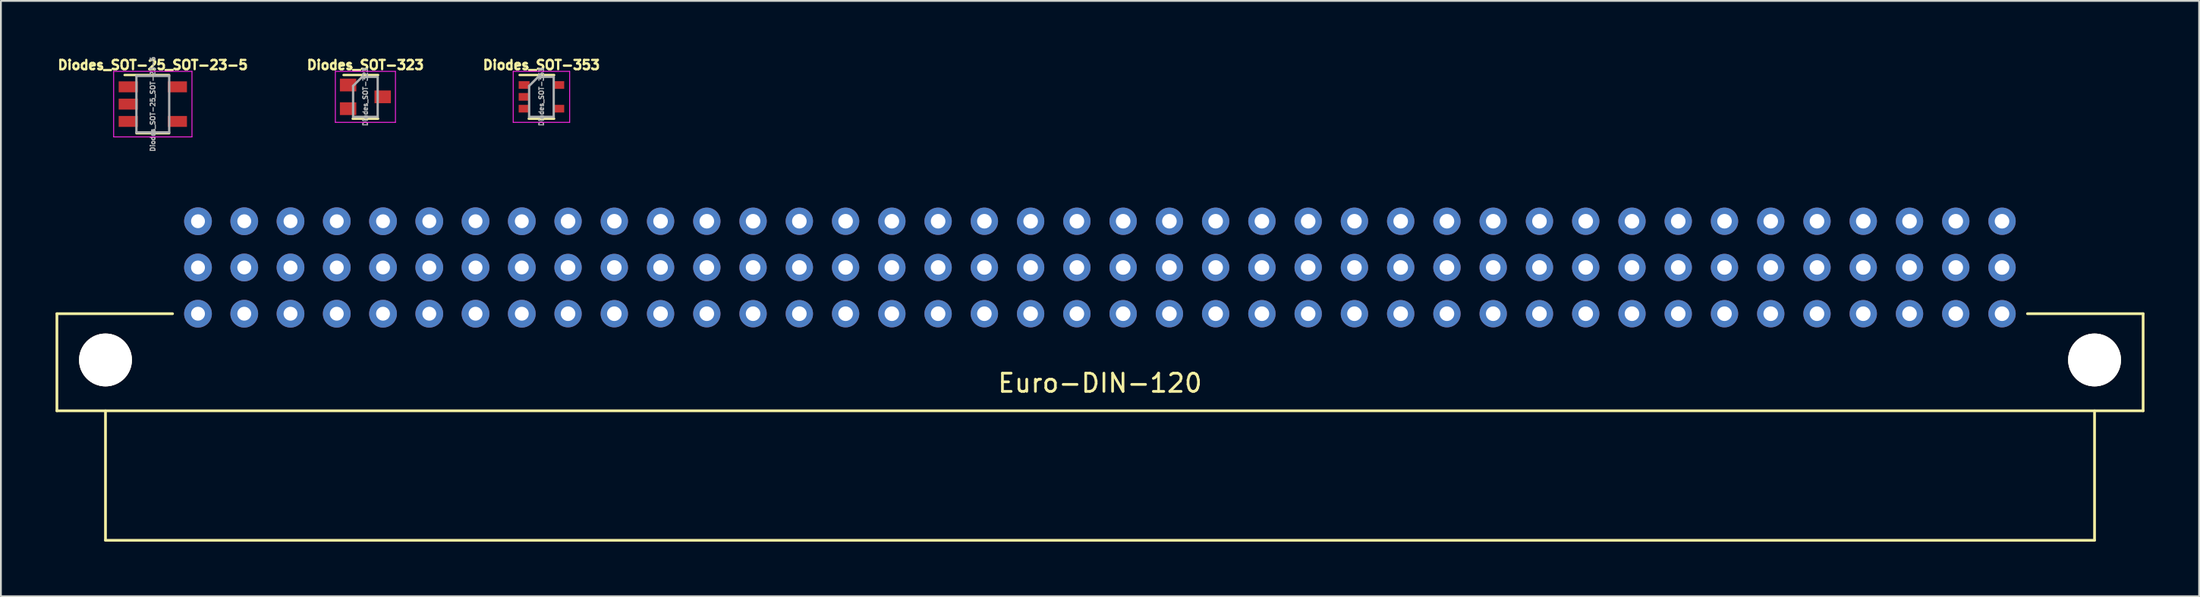
<source format=kicad_pcb>
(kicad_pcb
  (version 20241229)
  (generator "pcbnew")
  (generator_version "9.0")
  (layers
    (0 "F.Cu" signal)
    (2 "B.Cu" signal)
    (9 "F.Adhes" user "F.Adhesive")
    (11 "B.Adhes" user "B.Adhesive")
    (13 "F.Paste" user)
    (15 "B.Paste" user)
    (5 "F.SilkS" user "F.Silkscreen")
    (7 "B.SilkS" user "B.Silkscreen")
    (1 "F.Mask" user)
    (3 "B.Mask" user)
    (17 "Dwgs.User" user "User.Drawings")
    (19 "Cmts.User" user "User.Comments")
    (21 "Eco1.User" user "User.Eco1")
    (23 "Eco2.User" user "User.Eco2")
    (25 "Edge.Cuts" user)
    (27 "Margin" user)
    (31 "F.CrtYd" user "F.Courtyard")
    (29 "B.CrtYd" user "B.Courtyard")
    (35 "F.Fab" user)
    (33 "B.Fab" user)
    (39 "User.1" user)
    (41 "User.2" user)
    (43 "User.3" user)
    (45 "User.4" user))
  (footprint "Diodes_SOT-323"
    (layer "F.Cu")
    (at 17.014 2.27)
    (property "Reference" "Diodes_SOT-323" (at 0 -1.75 0) (layer "F.SilkS") (effects (font (size 0.508 0.508) (thickness 0.127))))
    (attr smd)
    (fp_line (start -0.7 1.2) (end 0.7 1.2) (stroke (width 0.127) (type solid)) (layer "F.SilkS"))
    (fp_line (start 0.7 -1.2) (end -1.2 -1.2) (stroke (width 0.127) (type solid)) (layer "F.SilkS"))
    (fp_line (start -1.65 -1.4) (end -1.65 1.4) (stroke (width 0.05) (type solid)) (layer "F.CrtYd"))
    (fp_line (start -1.65 -1.4) (end 1.65 -1.4) (stroke (width 0.05) (type solid)) (layer "F.CrtYd"))
    (fp_line (start -1.65 1.4) (end 1.65 1.4) (stroke (width 0.05) (type solid)) (layer "F.CrtYd"))
    (fp_line (start 1.65 1.4) (end 1.65 -1.4) (stroke (width 0.05) (type solid)) (layer "F.CrtYd"))
    (fp_line (start -0.675 -0.6) (end -0.675 1.1) (stroke (width 0.127) (type solid)) (layer "F.Fab"))
    (fp_line (start -0.175 -1.1) (end -0.675 -0.6) (stroke (width 0.127) (type solid)) (layer "F.Fab"))
    (fp_line (start 0.675 -1.1) (end -0.175 -1.1) (stroke (width 0.127) (type solid)) (layer "F.Fab"))
    (fp_line (start 0.675 -1.1) (end 0.675 1.1) (stroke (width 0.127) (type solid)) (layer "F.Fab"))
    (fp_line (start 0.675 1.1) (end -0.675 1.1) (stroke (width 0.127) (type solid)) (layer "F.Fab"))
    (fp_text user "${REFERENCE}" (at 0 0 90) (layer "F.Fab") (effects (font (size 0.254 0.254) (thickness 0.064))))
    (pad "1" smd rect (at -0.95 -0.65) (size 0.9 0.7) (layers "F.Cu" "F.Mask" "F.Paste"))
    (pad "2" smd rect (at -0.95 0.65) (size 0.9 0.7) (layers "F.Cu" "F.Mask" "F.Paste"))
    (pad "3" smd rect (at 0.95 0) (size 0.9 0.7) (layers "F.Cu" "F.Mask" "F.Paste")))
  (footprint "Diodes_SOT-353"
    (layer "F.Cu")
    (at 26.68 2.27)
    (property "Reference" "Diodes_SOT-353" (at 0 -1.75 0) (layer "F.SilkS") (effects (font (size 0.508 0.508) (thickness 0.127))))
    (attr smd)
    (fp_line (start -0.7 1.2) (end 0.7 1.2) (stroke (width 0.127) (type solid)) (layer "F.SilkS"))
    (fp_line (start 0.7 -1.2) (end -1.2 -1.2) (stroke (width 0.127) (type solid)) (layer "F.SilkS"))
    (fp_line (start -1.55 -1.4) (end -1.55 1.4) (stroke (width 0.05) (type solid)) (layer "F.CrtYd"))
    (fp_line (start -1.55 -1.4) (end 1.55 -1.4) (stroke (width 0.05) (type solid)) (layer "F.CrtYd"))
    (fp_line (start -1.55 1.4) (end 1.55 1.4) (stroke (width 0.05) (type solid)) (layer "F.CrtYd"))
    (fp_line (start 1.55 1.4) (end 1.55 -1.4) (stroke (width 0.05) (type solid)) (layer "F.CrtYd"))
    (fp_line (start -0.675 -0.6) (end -0.675 1.1) (stroke (width 0.127) (type solid)) (layer "F.Fab"))
    (fp_line (start -0.175 -1.1) (end -0.675 -0.6) (stroke (width 0.127) (type solid)) (layer "F.Fab"))
    (fp_line (start 0.675 -1.1) (end -0.175 -1.1) (stroke (width 0.127) (type solid)) (layer "F.Fab"))
    (fp_line (start 0.675 -1.1) (end 0.675 1.1) (stroke (width 0.127) (type solid)) (layer "F.Fab"))
    (fp_line (start 0.675 1.1) (end -0.675 1.1) (stroke (width 0.127) (type solid)) (layer "F.Fab"))
    (fp_text user "${REFERENCE}" (at 0 0 90) (layer "F.Fab") (effects (font (size 0.254 0.254) (thickness 0.064))))
    (pad "1" smd rect (at -0.95 -0.65) (size 0.6 0.42) (layers "F.Cu" "F.Mask" "F.Paste"))
    (pad "2" smd rect (at -0.95 0) (size 0.6 0.42) (layers "F.Cu" "F.Mask" "F.Paste"))
    (pad "3" smd rect (at -0.95 0.65) (size 0.6 0.42) (layers "F.Cu" "F.Mask" "F.Paste"))
    (pad "4" smd rect (at 0.95 0.65) (size 0.6 0.42) (layers "F.Cu" "F.Mask" "F.Paste"))
    (pad "5" smd rect (at 0.95 -0.65) (size 0.6 0.42) (layers "F.Cu" "F.Mask" "F.Paste")))
  (footprint "Euro-DIN-120"
    (layer "F.Cu")
    (at 57.352 11.643)
    (property "Reference" "Euro-DIN-120" (at 0 6.35 0) (layer "F.SilkS") (effects (font (size 1 1) (thickness 0.15))))
    (attr through_hole)
    (fp_line (start -57.277 2.54) (end -50.927 2.54) (stroke (width 0.15) (type solid)) (layer "F.SilkS"))
    (fp_line (start -57.277 7.874) (end -57.277 2.54) (stroke (width 0.15) (type solid)) (layer "F.SilkS"))
    (fp_line (start -54.61 14.986) (end -54.61 7.874) (stroke (width 0.15) (type solid)) (layer "F.SilkS"))
    (fp_line (start 54.61 7.874) (end 54.61 14.986) (stroke (width 0.15) (type solid)) (layer "F.SilkS"))
    (fp_line (start 54.61 14.986) (end -54.61 14.986) (stroke (width 0.15) (type solid)) (layer "F.SilkS"))
    (fp_line (start 57.277 2.54) (end 50.927 2.54) (stroke (width 0.15) (type solid)) (layer "F.SilkS"))
    (fp_line (start 57.277 2.54) (end 57.277 7.874) (stroke (width 0.15) (type solid)) (layer "F.SilkS"))
    (fp_line (start 57.277 7.874) (end -57.277 7.874) (stroke (width 0.15) (type solid)) (layer "F.SilkS"))
    (pad "1" thru_hole circle (at -54.61 5.08) (size 2.901 2.901) (drill 2.901) (layers "*.Cu" "*.Mask" "F.SilkS"))
    (pad "1" thru_hole circle (at 54.61 5.08) (size 2.901 2.901) (drill 2.901) (layers "*.Cu" "*.Mask" "F.SilkS"))
    (pad "1a" thru_hole circle (at 49.53 -2.54 180) (size 1.501 1.501) (drill 0.8) (layers "*.Cu" "*.Mask"))
    (pad "1b" thru_hole circle (at 49.53 0 180) (size 1.501 1.501) (drill 0.8) (layers "*.Cu" "*.Mask"))
    (pad "1c" thru_hole circle (at 49.53 2.54 180) (size 1.501 1.501) (drill 0.8) (layers "*.Cu" "*.Mask"))
    (pad "2a" thru_hole circle (at 46.99 -2.54 180) (size 1.501 1.501) (drill 0.8) (layers "*.Cu" "*.Mask"))
    (pad "2b" thru_hole circle (at 46.99 0 180) (size 1.501 1.501) (drill 0.8) (layers "*.Cu" "*.Mask"))
    (pad "2c" thru_hole circle (at 46.99 2.54 180) (size 1.501 1.501) (drill 0.8) (layers "*.Cu" "*.Mask"))
    (pad "3a" thru_hole circle (at 44.45 -2.54 180) (size 1.501 1.501) (drill 0.8) (layers "*.Cu" "*.Mask"))
    (pad "3b" thru_hole circle (at 44.45 0 180) (size 1.501 1.501) (drill 0.8) (layers "*.Cu" "*.Mask"))
    (pad "3c" thru_hole circle (at 44.45 2.54 180) (size 1.501 1.501) (drill 0.8) (layers "*.Cu" "*.Mask"))
    (pad "4a" thru_hole circle (at 41.91 -2.54 180) (size 1.501 1.501) (drill 0.8) (layers "*.Cu" "*.Mask"))
    (pad "4b" thru_hole circle (at 41.91 0 180) (size 1.501 1.501) (drill 0.8) (layers "*.Cu" "*.Mask"))
    (pad "4c" thru_hole circle (at 41.91 2.54 180) (size 1.501 1.501) (drill 0.8) (layers "*.Cu" "*.Mask"))
    (pad "5a" thru_hole circle (at 39.37 -2.54 180) (size 1.501 1.501) (drill 0.8) (layers "*.Cu" "*.Mask"))
    (pad "5b" thru_hole circle (at 39.37 0 180) (size 1.501 1.501) (drill 0.8) (layers "*.Cu" "*.Mask"))
    (pad "5c" thru_hole circle (at 39.37 2.54 180) (size 1.501 1.501) (drill 0.8) (layers "*.Cu" "*.Mask"))
    (pad "6a" thru_hole circle (at 36.83 -2.54 180) (size 1.501 1.501) (drill 0.8) (layers "*.Cu" "*.Mask"))
    (pad "6b" thru_hole circle (at 36.83 0 180) (size 1.501 1.501) (drill 0.8) (layers "*.Cu" "*.Mask"))
    (pad "6c" thru_hole circle (at 36.83 2.54 180) (size 1.501 1.501) (drill 0.8) (layers "*.Cu" "*.Mask"))
    (pad "7a" thru_hole circle (at 34.29 -2.54 180) (size 1.501 1.501) (drill 0.8) (layers "*.Cu" "*.Mask"))
    (pad "7b" thru_hole circle (at 34.29 0 180) (size 1.501 1.501) (drill 0.8) (layers "*.Cu" "*.Mask"))
    (pad "7c" thru_hole circle (at 34.29 2.54 180) (size 1.501 1.501) (drill 0.8) (layers "*.Cu" "*.Mask"))
    (pad "8a" thru_hole circle (at 31.75 -2.54 180) (size 1.501 1.501) (drill 0.8) (layers "*.Cu" "*.Mask"))
    (pad "8b" thru_hole circle (at 31.75 0 180) (size 1.501 1.501) (drill 0.8) (layers "*.Cu" "*.Mask"))
    (pad "8c" thru_hole circle (at 31.75 2.54 180) (size 1.501 1.501) (drill 0.8) (layers "*.Cu" "*.Mask"))
    (pad "9a" thru_hole circle (at 29.21 -2.54 180) (size 1.501 1.501) (drill 0.8) (layers "*.Cu" "*.Mask"))
    (pad "9b" thru_hole circle (at 29.21 0 180) (size 1.501 1.501) (drill 0.8) (layers "*.Cu" "*.Mask"))
    (pad "9c" thru_hole circle (at 29.21 2.54 180) (size 1.501 1.501) (drill 0.8) (layers "*.Cu" "*.Mask"))
    (pad "10a" thru_hole circle (at 26.67 -2.54 180) (size 1.501 1.501) (drill 0.8) (layers "*.Cu" "*.Mask"))
    (pad "10b" thru_hole circle (at 26.67 0 180) (size 1.501 1.501) (drill 0.8) (layers "*.Cu" "*.Mask"))
    (pad "10c" thru_hole circle (at 26.67 2.54 180) (size 1.501 1.501) (drill 0.8) (layers "*.Cu" "*.Mask"))
    (pad "11a" thru_hole circle (at 24.13 -2.54 180) (size 1.501 1.501) (drill 0.8) (layers "*.Cu" "*.Mask"))
    (pad "11b" thru_hole circle (at 24.13 0 180) (size 1.501 1.501) (drill 0.8) (layers "*.Cu" "*.Mask"))
    (pad "11c" thru_hole circle (at 24.13 2.54 180) (size 1.501 1.501) (drill 0.8) (layers "*.Cu" "*.Mask"))
    (pad "12a" thru_hole circle (at 21.59 -2.54 180) (size 1.501 1.501) (drill 0.8) (layers "*.Cu" "*.Mask"))
    (pad "12b" thru_hole circle (at 21.59 0 180) (size 1.501 1.501) (drill 0.8) (layers "*.Cu" "*.Mask"))
    (pad "12c" thru_hole circle (at 21.59 2.54 180) (size 1.501 1.501) (drill 0.8) (layers "*.Cu" "*.Mask"))
    (pad "13a" thru_hole circle (at 19.05 -2.54 180) (size 1.501 1.501) (drill 0.8) (layers "*.Cu" "*.Mask"))
    (pad "13b" thru_hole circle (at 19.05 0 180) (size 1.501 1.501) (drill 0.8) (layers "*.Cu" "*.Mask"))
    (pad "13c" thru_hole circle (at 19.05 2.54 180) (size 1.501 1.501) (drill 0.8) (layers "*.Cu" "*.Mask"))
    (pad "14a" thru_hole circle (at 16.51 -2.54 180) (size 1.501 1.501) (drill 0.8) (layers "*.Cu" "*.Mask"))
    (pad "14b" thru_hole circle (at 16.51 0 180) (size 1.501 1.501) (drill 0.8) (layers "*.Cu" "*.Mask"))
    (pad "14c" thru_hole circle (at 16.51 2.54 180) (size 1.501 1.501) (drill 0.8) (layers "*.Cu" "*.Mask"))
    (pad "15a" thru_hole circle (at 13.97 -2.54 180) (size 1.501 1.501) (drill 0.8) (layers "*.Cu" "*.Mask"))
    (pad "15b" thru_hole circle (at 13.97 0 180) (size 1.501 1.501) (drill 0.8) (layers "*.Cu" "*.Mask"))
    (pad "15c" thru_hole circle (at 13.97 2.54 180) (size 1.501 1.501) (drill 0.8) (layers "*.Cu" "*.Mask"))
    (pad "16a" thru_hole circle (at 11.43 -2.54 180) (size 1.501 1.501) (drill 0.8) (layers "*.Cu" "*.Mask"))
    (pad "16b" thru_hole circle (at 11.43 0 180) (size 1.501 1.501) (drill 0.8) (layers "*.Cu" "*.Mask"))
    (pad "16c" thru_hole circle (at 11.43 2.54 180) (size 1.501 1.501) (drill 0.8) (layers "*.Cu" "*.Mask"))
    (pad "17a" thru_hole circle (at 8.89 -2.54 180) (size 1.501 1.501) (drill 0.8) (layers "*.Cu" "*.Mask"))
    (pad "17b" thru_hole circle (at 8.89 0 180) (size 1.501 1.501) (drill 0.8) (layers "*.Cu" "*.Mask"))
    (pad "17c" thru_hole circle (at 8.89 2.54 180) (size 1.501 1.501) (drill 0.8) (layers "*.Cu" "*.Mask"))
    (pad "18a" thru_hole circle (at 6.35 -2.54 180) (size 1.501 1.501) (drill 0.8) (layers "*.Cu" "*.Mask"))
    (pad "18b" thru_hole circle (at 6.35 0 180) (size 1.501 1.501) (drill 0.8) (layers "*.Cu" "*.Mask"))
    (pad "18c" thru_hole circle (at 6.35 2.54 180) (size 1.501 1.501) (drill 0.8) (layers "*.Cu" "*.Mask"))
    (pad "19a" thru_hole circle (at 3.81 -2.54 180) (size 1.501 1.501) (drill 0.8) (layers "*.Cu" "*.Mask"))
    (pad "19b" thru_hole circle (at 3.81 0 180) (size 1.501 1.501) (drill 0.8) (layers "*.Cu" "*.Mask"))
    (pad "19c" thru_hole circle (at 3.81 2.54 180) (size 1.501 1.501) (drill 0.8) (layers "*.Cu" "*.Mask"))
    (pad "20a" thru_hole circle (at 1.27 -2.54 180) (size 1.501 1.501) (drill 0.8) (layers "*.Cu" "*.Mask"))
    (pad "20b" thru_hole circle (at 1.27 0 180) (size 1.501 1.501) (drill 0.8) (layers "*.Cu" "*.Mask"))
    (pad "20c" thru_hole circle (at 1.27 2.54 180) (size 1.501 1.501) (drill 0.8) (layers "*.Cu" "*.Mask"))
    (pad "21a" thru_hole circle (at -1.27 -2.54 180) (size 1.501 1.501) (drill 0.8) (layers "*.Cu" "*.Mask"))
    (pad "21b" thru_hole circle (at -1.27 0 180) (size 1.501 1.501) (drill 0.8) (layers "*.Cu" "*.Mask"))
    (pad "21c" thru_hole circle (at -1.27 2.54 180) (size 1.501 1.501) (drill 0.8) (layers "*.Cu" "*.Mask"))
    (pad "22a" thru_hole circle (at -3.81 -2.54 180) (size 1.501 1.501) (drill 0.8) (layers "*.Cu" "*.Mask"))
    (pad "22b" thru_hole circle (at -3.81 0 180) (size 1.501 1.501) (drill 0.8) (layers "*.Cu" "*.Mask"))
    (pad "22c" thru_hole circle (at -3.81 2.54 180) (size 1.501 1.501) (drill 0.8) (layers "*.Cu" "*.Mask"))
    (pad "23a" thru_hole circle (at -6.35 -2.54 180) (size 1.501 1.501) (drill 0.8) (layers "*.Cu" "*.Mask"))
    (pad "23b" thru_hole circle (at -6.35 0 180) (size 1.501 1.501) (drill 0.8) (layers "*.Cu" "*.Mask"))
    (pad "23c" thru_hole circle (at -6.35 2.54 180) (size 1.501 1.501) (drill 0.8) (layers "*.Cu" "*.Mask"))
    (pad "24" thru_hole circle (at -8.89 -2.54 180) (size 1.501 1.501) (drill 0.8) (layers "*.Cu" "*.Mask"))
    (pad "24b" thru_hole circle (at -8.89 0 180) (size 1.501 1.501) (drill 0.8) (layers "*.Cu" "*.Mask"))
    (pad "24c" thru_hole circle (at -8.89 2.54 180) (size 1.501 1.501) (drill 0.8) (layers "*.Cu" "*.Mask"))
    (pad "25a" thru_hole circle (at -11.43 -2.54 180) (size 1.501 1.501) (drill 0.8) (layers "*.Cu" "*.Mask"))
    (pad "25b" thru_hole circle (at -11.43 0 180) (size 1.501 1.501) (drill 0.8) (layers "*.Cu" "*.Mask"))
    (pad "25c" thru_hole circle (at -11.43 2.54 180) (size 1.501 1.501) (drill 0.8) (layers "*.Cu" "*.Mask"))
    (pad "26a" thru_hole circle (at -13.97 -2.54 180) (size 1.501 1.501) (drill 0.8) (layers "*.Cu" "*.Mask"))
    (pad "26b" thru_hole circle (at -13.97 0 180) (size 1.501 1.501) (drill 0.8) (layers "*.Cu" "*.Mask"))
    (pad "26c" thru_hole circle (at -13.97 2.54 180) (size 1.501 1.501) (drill 0.8) (layers "*.Cu" "*.Mask"))
    (pad "27a" thru_hole circle (at -16.51 -2.54 180) (size 1.501 1.501) (drill 0.8) (layers "*.Cu" "*.Mask"))
    (pad "27b" thru_hole circle (at -16.51 0 180) (size 1.501 1.501) (drill 0.8) (layers "*.Cu" "*.Mask"))
    (pad "27c" thru_hole circle (at -16.51 2.54 180) (size 1.501 1.501) (drill 0.8) (layers "*.Cu" "*.Mask"))
    (pad "28a" thru_hole circle (at -19.05 -2.54 180) (size 1.501 1.501) (drill 0.8) (layers "*.Cu" "*.Mask"))
    (pad "28b" thru_hole circle (at -19.05 0 180) (size 1.501 1.501) (drill 0.8) (layers "*.Cu" "*.Mask"))
    (pad "28c" thru_hole circle (at -19.05 2.54 180) (size 1.501 1.501) (drill 0.8) (layers "*.Cu" "*.Mask"))
    (pad "29a" thru_hole circle (at -21.59 -2.54 180) (size 1.501 1.501) (drill 0.8) (layers "*.Cu" "*.Mask"))
    (pad "29b" thru_hole circle (at -21.59 0 180) (size 1.501 1.501) (drill 0.8) (layers "*.Cu" "*.Mask"))
    (pad "29c" thru_hole circle (at -21.59 2.54 180) (size 1.501 1.501) (drill 0.8) (layers "*.Cu" "*.Mask"))
    (pad "30a" thru_hole circle (at -24.13 -2.54 180) (size 1.501 1.501) (drill 0.8) (layers "*.Cu" "*.Mask"))
    (pad "30b" thru_hole circle (at -24.13 0 180) (size 1.501 1.501) (drill 0.8) (layers "*.Cu" "*.Mask"))
    (pad "30c" thru_hole circle (at -24.13 2.54 180) (size 1.501 1.501) (drill 0.8) (layers "*.Cu" "*.Mask"))
    (pad "31a" thru_hole circle (at -26.67 -2.54 180) (size 1.501 1.501) (drill 0.8) (layers "*.Cu" "*.Mask"))
    (pad "31b" thru_hole circle (at -26.67 0 180) (size 1.501 1.501) (drill 0.8) (layers "*.Cu" "*.Mask"))
    (pad "31c" thru_hole circle (at -26.67 2.54 180) (size 1.501 1.501) (drill 0.8) (layers "*.Cu" "*.Mask"))
    (pad "32a" thru_hole circle (at -29.21 -2.54 180) (size 1.501 1.501) (drill 0.8) (layers "*.Cu" "*.Mask"))
    (pad "32b" thru_hole circle (at -29.21 0 180) (size 1.501 1.501) (drill 0.8) (layers "*.Cu" "*.Mask"))
    (pad "32c" thru_hole circle (at -29.21 2.54 180) (size 1.501 1.501) (drill 0.8) (layers "*.Cu" "*.Mask"))
    (pad "33a" thru_hole circle (at -31.75 -2.54) (size 1.524 1.524) (drill 0.762) (layers "*.Cu" "*.Mask"))
    (pad "33b" thru_hole circle (at -31.75 0) (size 1.524 1.524) (drill 0.762) (layers "*.Cu" "*.Mask"))
    (pad "33c" thru_hole circle (at -31.75 2.54) (size 1.524 1.524) (drill 0.762) (layers "*.Cu" "*.Mask"))
    (pad "34a" thru_hole circle (at -34.29 -2.54) (size 1.524 1.524) (drill 0.762) (layers "*.Cu" "*.Mask"))
    (pad "34b" thru_hole circle (at -34.29 0) (size 1.524 1.524) (drill 0.762) (layers "*.Cu" "*.Mask"))
    (pad "34c" thru_hole circle (at -34.29 2.54) (size 1.524 1.524) (drill 0.762) (layers "*.Cu" "*.Mask"))
    (pad "35a" thru_hole circle (at -36.83 -2.54) (size 1.524 1.524) (drill 0.762) (layers "*.Cu" "*.Mask"))
    (pad "35b" thru_hole circle (at -36.83 0) (size 1.524 1.524) (drill 0.762) (layers "*.Cu" "*.Mask"))
    (pad "35c" thru_hole circle (at -36.83 2.54) (size 1.524 1.524) (drill 0.762) (layers "*.Cu" "*.Mask"))
    (pad "36a" thru_hole circle (at -39.37 -2.54) (size 1.524 1.524) (drill 0.762) (layers "*.Cu" "*.Mask"))
    (pad "36b" thru_hole circle (at -39.37 0) (size 1.524 1.524) (drill 0.762) (layers "*.Cu" "*.Mask"))
    (pad "36c" thru_hole circle (at -39.37 2.54) (size 1.524 1.524) (drill 0.762) (layers "*.Cu" "*.Mask"))
    (pad "37a" thru_hole circle (at -41.91 -2.54) (size 1.524 1.524) (drill 0.762) (layers "*.Cu" "*.Mask"))
    (pad "37b" thru_hole circle (at -41.91 0) (size 1.524 1.524) (drill 0.762) (layers "*.Cu" "*.Mask"))
    (pad "37c" thru_hole circle (at -41.91 2.54) (size 1.524 1.524) (drill 0.762) (layers "*.Cu" "*.Mask"))
    (pad "38a" thru_hole circle (at -44.45 -2.54) (size 1.524 1.524) (drill 0.762) (layers "*.Cu" "*.Mask"))
    (pad "38b" thru_hole circle (at -44.45 0) (size 1.524 1.524) (drill 0.762) (layers "*.Cu" "*.Mask"))
    (pad "38c" thru_hole circle (at -44.45 2.54) (size 1.524 1.524) (drill 0.762) (layers "*.Cu" "*.Mask"))
    (pad "39a" thru_hole circle (at -46.99 -2.54) (size 1.524 1.524) (drill 0.762) (layers "*.Cu" "*.Mask"))
    (pad "39b" thru_hole circle (at -46.99 0) (size 1.524 1.524) (drill 0.762) (layers "*.Cu" "*.Mask"))
    (pad "39c" thru_hole circle (at -46.99 2.54) (size 1.524 1.524) (drill 0.762) (layers "*.Cu" "*.Mask"))
    (pad "40a" thru_hole circle (at -49.53 -2.54) (size 1.524 1.524) (drill 0.762) (layers "*.Cu" "*.Mask"))
    (pad "40b" thru_hole circle (at -49.53 0) (size 1.524 1.524) (drill 0.762) (layers "*.Cu" "*.Mask"))
    (pad "40c" thru_hole circle (at -49.53 2.54) (size 1.524 1.524) (drill 0.762) (layers "*.Cu" "*.Mask")))
  (footprint "Diodes_SOT-25_SOT-23-5"
    (layer "F.Cu")
    (at 5.341 2.67)
    (property "Reference" "Diodes_SOT-25_SOT-23-5" (at 0 -2.15 0) (layer "F.SilkS") (effects (font (size 0.508 0.508) (thickness 0.127))))
    (attr smd)
    (fp_line (start -0.9 1.6) (end 0.9 1.6) (stroke (width 0.127) (type solid)) (layer "F.SilkS"))
    (fp_line (start 0.9 -1.6) (end -1.55 -1.6) (stroke (width 0.127) (type solid)) (layer "F.SilkS"))
    (fp_line (start -2.15 -1.8) (end 2.15 -1.8) (stroke (width 0.05) (type solid)) (layer "F.CrtYd"))
    (fp_line (start -2.15 1.8) (end -2.15 -1.8) (stroke (width 0.05) (type solid)) (layer "F.CrtYd"))
    (fp_line (start 2.15 -1.8) (end 2.15 1.8) (stroke (width 0.05) (type solid)) (layer "F.CrtYd"))
    (fp_line (start 2.15 1.8) (end -2.15 1.8) (stroke (width 0.05) (type solid)) (layer "F.CrtYd"))
    (fp_line (start -0.9 -1.55) (end -0.9 1.55) (stroke (width 0.127) (type solid)) (layer "F.Fab"))
    (fp_line (start 0.9 -1.55) (end -0.9 -1.55) (stroke (width 0.127) (type solid)) (layer "F.Fab"))
    (fp_line (start 0.9 -1.55) (end 0.9 1.55) (stroke (width 0.127) (type solid)) (layer "F.Fab"))
    (fp_line (start 0.9 1.55) (end -0.9 1.55) (stroke (width 0.127) (type solid)) (layer "F.Fab"))
    (fp_text user "${REFERENCE}" (at 0 0 90) (layer "F.Fab") (effects (font (size 0.254 0.254) (thickness 0.064))))
    (pad "1" smd rect (at -1.35 -0.95) (size 1.05 0.6) (layers "F.Cu" "F.Mask" "F.Paste"))
    (pad "2" smd rect (at -1.35 0) (size 1.05 0.6) (layers "F.Cu" "F.Mask" "F.Paste"))
    (pad "3" smd rect (at -1.35 0.95) (size 1.05 0.6) (layers "F.Cu" "F.Mask" "F.Paste"))
    (pad "4" smd rect (at 1.35 0.95) (size 1.05 0.6) (layers "F.Cu" "F.Mask" "F.Paste"))
    (pad "5" smd rect (at 1.35 -0.95) (size 1.05 0.6) (layers "F.Cu" "F.Mask" "F.Paste")))
  (gr_rect
    (start -3 -3)
    (end 117.704 29.704)
    (stroke (width 0.1) (type default))
    (fill no)
    (layer "Edge.Cuts")))
</source>
